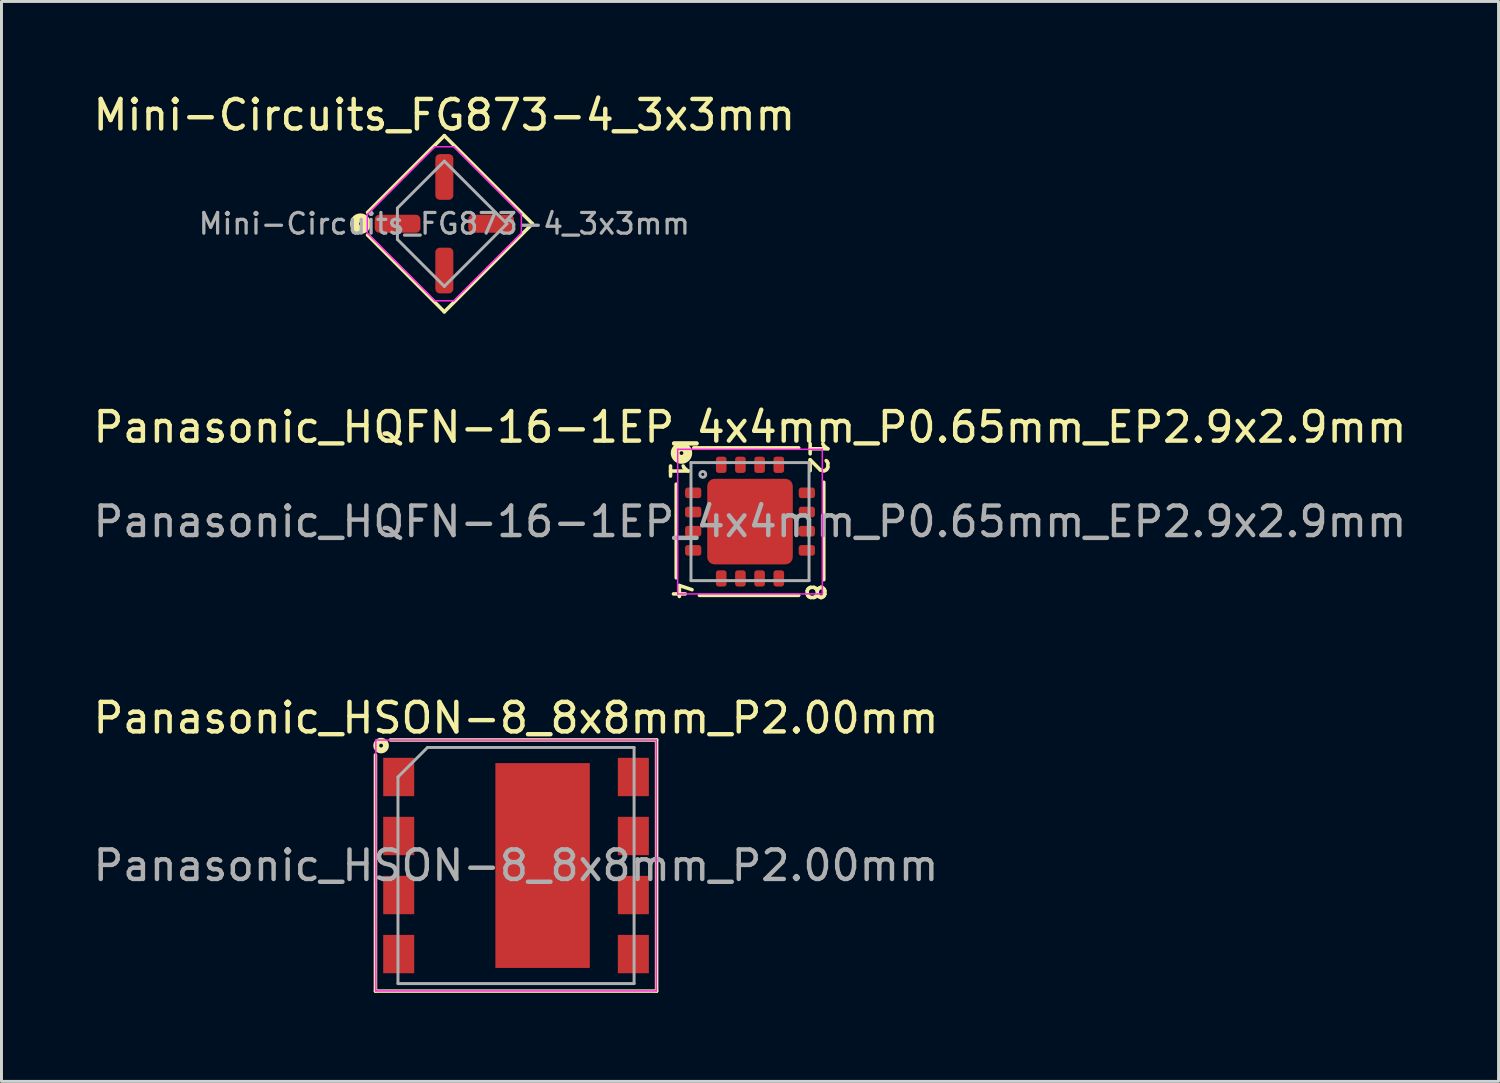
<source format=kicad_pcb>
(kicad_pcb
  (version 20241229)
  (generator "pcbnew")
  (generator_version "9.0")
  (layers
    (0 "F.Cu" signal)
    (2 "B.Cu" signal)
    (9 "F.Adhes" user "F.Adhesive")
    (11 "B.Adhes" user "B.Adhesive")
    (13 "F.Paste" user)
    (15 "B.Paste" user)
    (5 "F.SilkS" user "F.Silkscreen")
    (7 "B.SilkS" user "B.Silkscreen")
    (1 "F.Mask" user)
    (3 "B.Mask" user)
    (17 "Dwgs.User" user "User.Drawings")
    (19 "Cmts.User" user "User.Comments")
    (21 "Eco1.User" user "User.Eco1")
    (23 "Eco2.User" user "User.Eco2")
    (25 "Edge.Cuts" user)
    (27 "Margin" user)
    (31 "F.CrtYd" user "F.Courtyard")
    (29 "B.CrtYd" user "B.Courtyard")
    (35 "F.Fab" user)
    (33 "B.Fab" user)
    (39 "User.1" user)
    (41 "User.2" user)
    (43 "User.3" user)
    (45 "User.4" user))
  (footprint "Panasonic_HQFN-16-1EP_4x4mm_P0.65mm_EP2.9x2.9mm"
    (layer "F.Cu")
    (at 22.363 14.624)
    (property "Reference" "Panasonic_HQFN-16-1EP_4x4mm_P0.65mm_EP2.9x2.9mm" (at 0 -3.2 0) (layer "F.SilkS") (effects (font (size 1 1) (thickness 0.15))))
    (attr smd)
    (fp_line (start -2.5 -1.27) (end -2.5 1.905) (stroke (width 0.12) (type solid)) (layer "F.SilkS"))
    (fp_line (start -1.714 2.5) (end 1.651 2.5) (stroke (width 0.12) (type solid)) (layer "F.SilkS"))
    (fp_line (start 1.651 -2.5) (end -1.905 -2.5) (stroke (width 0.12) (type solid)) (layer "F.SilkS"))
    (fp_line (start 2.5 1.968) (end 2.5 -1.333) (stroke (width 0.12) (type solid)) (layer "F.SilkS"))
    (fp_circle (center -2.322 -2.322) (end -2.259 -2.322) (stroke (width 0.3) (type solid)) (fill no) (layer "F.SilkS"))
    (fp_line (start -2.45 -2.45) (end 2.45 -2.45) (stroke (width 0.05) (type solid)) (layer "F.CrtYd"))
    (fp_line (start -2.45 2.45) (end -2.45 -2.45) (stroke (width 0.05) (type solid)) (layer "F.CrtYd"))
    (fp_line (start -2.45 2.45) (end 2.45 2.45) (stroke (width 0.05) (type solid)) (layer "F.CrtYd"))
    (fp_line (start 2.45 -2.45) (end 2.45 2.45) (stroke (width 0.05) (type solid)) (layer "F.CrtYd"))
    (fp_line (start -2 -2) (end 2 -2) (stroke (width 0.1) (type solid)) (layer "F.Fab"))
    (fp_line (start -2 2) (end -2 -2) (stroke (width 0.1) (type solid)) (layer "F.Fab"))
    (fp_line (start 2 -2) (end 2 2) (stroke (width 0.1) (type solid)) (layer "F.Fab"))
    (fp_line (start 2 2) (end -2 2) (stroke (width 0.1) (type solid)) (layer "F.Fab"))
    (fp_circle (center -1.6 -1.6) (end -1.5 -1.6) (stroke (width 0.1) (type solid)) (fill no) (layer "F.Fab"))
    (fp_text user "1" (at -2.422 -1.714 270) (unlocked yes) (layer "F.SilkS") (effects (font (size 0.6 0.6) (thickness 0.12))))
    (fp_text user "4" (at -2.322 2.336 270) (unlocked yes) (layer "F.SilkS") (effects (font (size 0.6 0.6) (thickness 0.12))))
    (fp_text user "8" (at 2.209 2.4 270) (unlocked yes) (layer "F.SilkS") (effects (font (size 0.6 0.6) (thickness 0.12))))
    (fp_text user "12" (at 2.309 -2.182 270) (unlocked yes) (layer "F.SilkS") (effects (font (size 0.6 0.6) (thickness 0.12))))
    (fp_text user "${REFERENCE}" (at 0 0 0) (layer "F.Fab") (effects (font (size 1 1) (thickness 0.15))))
    (pad "" smd roundrect (at -0.725 -0.725) (size 1.05 1.05) (layers "F.Paste") (roundrect_rratio 0.238))
    (pad "" smd roundrect (at -0.725 0.725) (size 1.05 1.05) (layers "F.Paste") (roundrect_rratio 0.238))
    (pad "" smd roundrect (at 0.725 -0.725) (size 1.05 1.05) (layers "F.Paste") (roundrect_rratio 0.238))
    (pad "" smd roundrect (at 0.725 0.725) (size 1.05 1.05) (layers "F.Paste") (roundrect_rratio 0.238))
    (pad "1" smd roundrect (at -1.925 -0.975) (size 0.55 0.36) (layers "F.Cu" "F.Mask" "F.Paste") (roundrect_rratio 0.25))
    (pad "2" smd roundrect (at -1.925 -0.325) (size 0.55 0.36) (layers "F.Cu" "F.Mask" "F.Paste") (roundrect_rratio 0.25))
    (pad "3" smd roundrect (at -1.925 0.325) (size 0.55 0.36) (layers "F.Cu" "F.Mask" "F.Paste") (roundrect_rratio 0.25))
    (pad "4" smd roundrect (at -1.925 0.975) (size 0.55 0.36) (layers "F.Cu" "F.Mask" "F.Paste") (roundrect_rratio 0.25))
    (pad "5" smd roundrect (at -0.975 1.925) (size 0.36 0.55) (layers "F.Cu" "F.Mask" "F.Paste") (roundrect_rratio 0.25))
    (pad "6" smd roundrect (at -0.325 1.925) (size 0.36 0.55) (layers "F.Cu" "F.Mask" "F.Paste") (roundrect_rratio 0.25))
    (pad "7" smd roundrect (at 0.325 1.925) (size 0.36 0.55) (layers "F.Cu" "F.Mask" "F.Paste") (roundrect_rratio 0.25))
    (pad "8" smd roundrect (at 0.975 1.925) (size 0.36 0.55) (layers "F.Cu" "F.Mask" "F.Paste") (roundrect_rratio 0.25))
    (pad "9" smd roundrect (at 1.925 0.975) (size 0.55 0.36) (layers "F.Cu" "F.Mask" "F.Paste") (roundrect_rratio 0.25))
    (pad "10" smd roundrect (at 1.925 0.325) (size 0.55 0.36) (layers "F.Cu" "F.Mask" "F.Paste") (roundrect_rratio 0.25))
    (pad "11" smd roundrect (at 1.925 -0.325) (size 0.55 0.36) (layers "F.Cu" "F.Mask" "F.Paste") (roundrect_rratio 0.25))
    (pad "12" smd roundrect (at 1.925 -0.975) (size 0.55 0.36) (layers "F.Cu" "F.Mask" "F.Paste") (roundrect_rratio 0.25))
    (pad "13" smd roundrect (at 0.975 -1.925) (size 0.36 0.55) (layers "F.Cu" "F.Mask" "F.Paste") (roundrect_rratio 0.25))
    (pad "14" smd roundrect (at 0.325 -1.925) (size 0.36 0.55) (layers "F.Cu" "F.Mask" "F.Paste") (roundrect_rratio 0.25))
    (pad "15" smd roundrect (at -0.325 -1.925) (size 0.36 0.55) (layers "F.Cu" "F.Mask" "F.Paste") (roundrect_rratio 0.25))
    (pad "16" smd roundrect (at -0.975 -1.925) (size 0.36 0.55) (layers "F.Cu" "F.Mask" "F.Paste") (roundrect_rratio 0.25))
    (pad "17" smd roundrect (at 0 0) (size 2.9 2.9) (layers "F.Cu" "F.Mask") (roundrect_rratio 0.086)))
  (footprint "Panasonic_HSON-8_8x8mm_P2.00mm"
    (layer "F.Cu")
    (at 14.435 26.277)
    (property "Reference" "Panasonic_HSON-8_8x8mm_P2.00mm" (at 0 -5 0) (layer "F.SilkS") (effects (font (size 1 1) (thickness 0.15))))
    (attr smd)
    (fp_line (start -4.763 -3.747) (end -4.763 4.255) (stroke (width 0.12) (type solid)) (layer "F.SilkS"))
    (fp_line (start -4.763 4.255) (end 4.763 4.255) (stroke (width 0.12) (type solid)) (layer "F.SilkS"))
    (fp_line (start 4.763 -4.255) (end -4.255 -4.255) (stroke (width 0.12) (type solid)) (layer "F.SilkS"))
    (fp_line (start 4.763 4.255) (end 4.763 -4.255) (stroke (width 0.12) (type solid)) (layer "F.SilkS"))
    (fp_circle (center -4.572 -4.064) (end -4.508 -4.064) (stroke (width 0.2) (type solid)) (fill no) (layer "F.SilkS"))
    (fp_line (start -4.75 -4.25) (end 4.75 -4.25) (stroke (width 0.05) (type solid)) (layer "F.CrtYd"))
    (fp_line (start -4.75 4.25) (end -4.75 -4.25) (stroke (width 0.05) (type solid)) (layer "F.CrtYd"))
    (fp_line (start -4.75 4.25) (end 4.75 4.25) (stroke (width 0.05) (type solid)) (layer "F.CrtYd"))
    (fp_line (start 4.75 -4.25) (end 4.75 4.25) (stroke (width 0.05) (type solid)) (layer "F.CrtYd"))
    (fp_line (start -4 4) (end -4 -3) (stroke (width 0.1) (type solid)) (layer "F.Fab"))
    (fp_line (start -3 -4) (end -4 -3) (stroke (width 0.1) (type solid)) (layer "F.Fab"))
    (fp_line (start -3 -4) (end 4 -4) (stroke (width 0.1) (type solid)) (layer "F.Fab"))
    (fp_line (start 4 -4) (end 4 4) (stroke (width 0.1) (type solid)) (layer "F.Fab"))
    (fp_line (start 4 4) (end -4 4) (stroke (width 0.1) (type solid)) (layer "F.Fab"))
    (fp_text user "${REFERENCE}" (at 0 0 0) (layer "F.Fab") (effects (font (size 1 1) (thickness 0.15))))
    (pad "" smd rect (at -4 -3) (size 1 1.3) (layers "F.Paste"))
    (pad "" smd rect (at -4 -1) (size 1 1.3) (layers "F.Paste"))
    (pad "" smd rect (at -4 1) (size 1 1.3) (layers "F.Paste"))
    (pad "" smd rect (at -4 3) (size 1 1.3) (layers "F.Paste"))
    (pad "" smd rect (at 0.15 -3) (size 0.9 0.9) (layers "F.Paste"))
    (pad "" smd rect (at 0.15 -1.5) (size 0.9 0.9) (layers "F.Paste"))
    (pad "" smd rect (at 0.15 0) (size 0.9 0.9) (layers "F.Paste"))
    (pad "" smd rect (at 0.15 1.5) (size 0.9 0.9) (layers "F.Paste"))
    (pad "" smd rect (at 0.15 3) (size 0.9 0.9) (layers "F.Paste"))
    (pad "" smd rect (at 1.65 -3) (size 0.9 0.9) (layers "F.Paste"))
    (pad "" smd rect (at 1.65 -1.5) (size 0.9 0.9) (layers "F.Paste"))
    (pad "" smd rect (at 1.65 0) (size 0.9 0.9) (layers "F.Paste"))
    (pad "" smd rect (at 1.65 1.5) (size 0.9 0.9) (layers "F.Paste"))
    (pad "" smd rect (at 1.65 3) (size 0.9 0.9) (layers "F.Paste"))
    (pad "" smd rect (at 4 -3) (size 1 1.3) (layers "F.Paste"))
    (pad "" smd rect (at 4 -1) (size 1 1.3) (layers "F.Paste"))
    (pad "" smd rect (at 4 1) (size 1 1.3) (layers "F.Paste"))
    (pad "" smd rect (at 4 3) (size 1 1.3) (layers "F.Paste"))
    (pad "1" smd rect (at -3.975 -3) (size 1.05 1.3) (layers "F.Cu" "F.Mask"))
    (pad "2" smd rect (at -3.975 -1) (size 1.05 1.3) (layers "F.Cu" "F.Mask"))
    (pad "3" smd rect (at -3.975 1) (size 1.05 1.3) (layers "F.Cu" "F.Mask"))
    (pad "4" smd rect (at -3.975 3) (size 1.05 1.3) (layers "F.Cu" "F.Mask"))
    (pad "5" smd rect (at 3.975 3) (size 1.05 1.3) (layers "F.Cu" "F.Mask"))
    (pad "6" smd rect (at 3.975 1) (size 1.05 1.3) (layers "F.Cu" "F.Mask"))
    (pad "7" smd rect (at 3.975 -1) (size 1.05 1.3) (layers "F.Cu" "F.Mask"))
    (pad "8" smd rect (at 3.975 -3) (size 1.05 1.3) (layers "F.Cu" "F.Mask"))
    (pad "9" smd rect (at 0.9 0) (size 3.2 6.94) (layers "F.Cu" "F.Mask")))
  (footprint "Mini-Circuits_FG873-4_3x3mm"
    (layer "F.Cu")
    (at 12.006 4.531)
    (property "Reference" "Mini-Circuits_FG873-4_3x3mm" (at 0 -3.683 0) (layer "F.SilkS") (effects (font (size 1 1) (thickness 0.15))))
    (attr smd)
    (fp_line (start -2.603 0.381) (end 0 2.985) (stroke (width 0.12) (type solid)) (layer "F.SilkS"))
    (fp_line (start 0 -2.985) (end -2.603 -0.381) (stroke (width 0.12) (type solid)) (layer "F.SilkS"))
    (fp_line (start 0 2.985) (end 2.985 0) (stroke (width 0.12) (type solid)) (layer "F.SilkS"))
    (fp_line (start 2.985 0) (end 0 -2.985) (stroke (width 0.12) (type solid)) (layer "F.SilkS"))
    (fp_circle (center -2.844 0) (end -2.794 0) (stroke (width 0.3) (type solid)) (fill no) (layer "F.SilkS"))
    (fp_line (start -2.61 -0.32) (end -2.61 0.32) (stroke (width 0.05) (type solid)) (layer "F.CrtYd"))
    (fp_line (start -2.61 -0.32) (end -0.32 -2.61) (stroke (width 0.05) (type solid)) (layer "F.CrtYd"))
    (fp_line (start -2.61 0.32) (end -0.32 2.61) (stroke (width 0.05) (type solid)) (layer "F.CrtYd"))
    (fp_line (start 0.32 -2.61) (end -0.32 -2.61) (stroke (width 0.05) (type solid)) (layer "F.CrtYd"))
    (fp_line (start 0.32 2.61) (end -0.32 2.61) (stroke (width 0.05) (type solid)) (layer "F.CrtYd"))
    (fp_line (start 2.61 -0.32) (end 0.32 -2.61) (stroke (width 0.05) (type solid)) (layer "F.CrtYd"))
    (fp_line (start 2.61 -0.32) (end 2.61 0.32) (stroke (width 0.05) (type solid)) (layer "F.CrtYd"))
    (fp_line (start 2.61 0.32) (end 0.32 2.61) (stroke (width 0.05) (type solid)) (layer "F.CrtYd"))
    (fp_line (start -1.591 -0.53) (end 0 -2.121) (stroke (width 0.1) (type solid)) (layer "F.Fab"))
    (fp_line (start -1.591 0.53) (end -1.591 -0.53) (stroke (width 0.1) (type solid)) (layer "F.Fab"))
    (fp_line (start -1.591 0.53) (end 0 2.121) (stroke (width 0.1) (type solid)) (layer "F.Fab"))
    (fp_line (start 2.121 0) (end 0 -2.121) (stroke (width 0.1) (type solid)) (layer "F.Fab"))
    (fp_line (start 2.121 0) (end 0 2.121) (stroke (width 0.1) (type solid)) (layer "F.Fab"))
    (fp_text user "${REFERENCE}" (at 0 0 0) (layer "F.Fab") (effects (font (size 0.7 0.7) (thickness 0.11))))
    (pad "1" smd roundrect (at -1.585 0) (size 1.55 0.61) (layers "F.Cu" "F.Mask" "F.Paste") (roundrect_rratio 0.25))
    (pad "2" smd roundrect (at 0 1.585) (size 0.61 1.55) (layers "F.Cu" "F.Mask" "F.Paste") (roundrect_rratio 0.25))
    (pad "3" smd roundrect (at 1.585 0) (size 1.55 0.61) (layers "F.Cu" "F.Mask" "F.Paste") (roundrect_rratio 0.25))
    (pad "4" smd roundrect (at 0 -1.585) (size 0.61 1.55) (layers "F.Cu" "F.Mask" "F.Paste") (roundrect_rratio 0.25)))
  (gr_rect
    (start -3 -3)
    (end 47.726 33.592)
    (stroke (width 0.1) (type default))
    (fill no)
    (layer "Edge.Cuts")))
</source>
